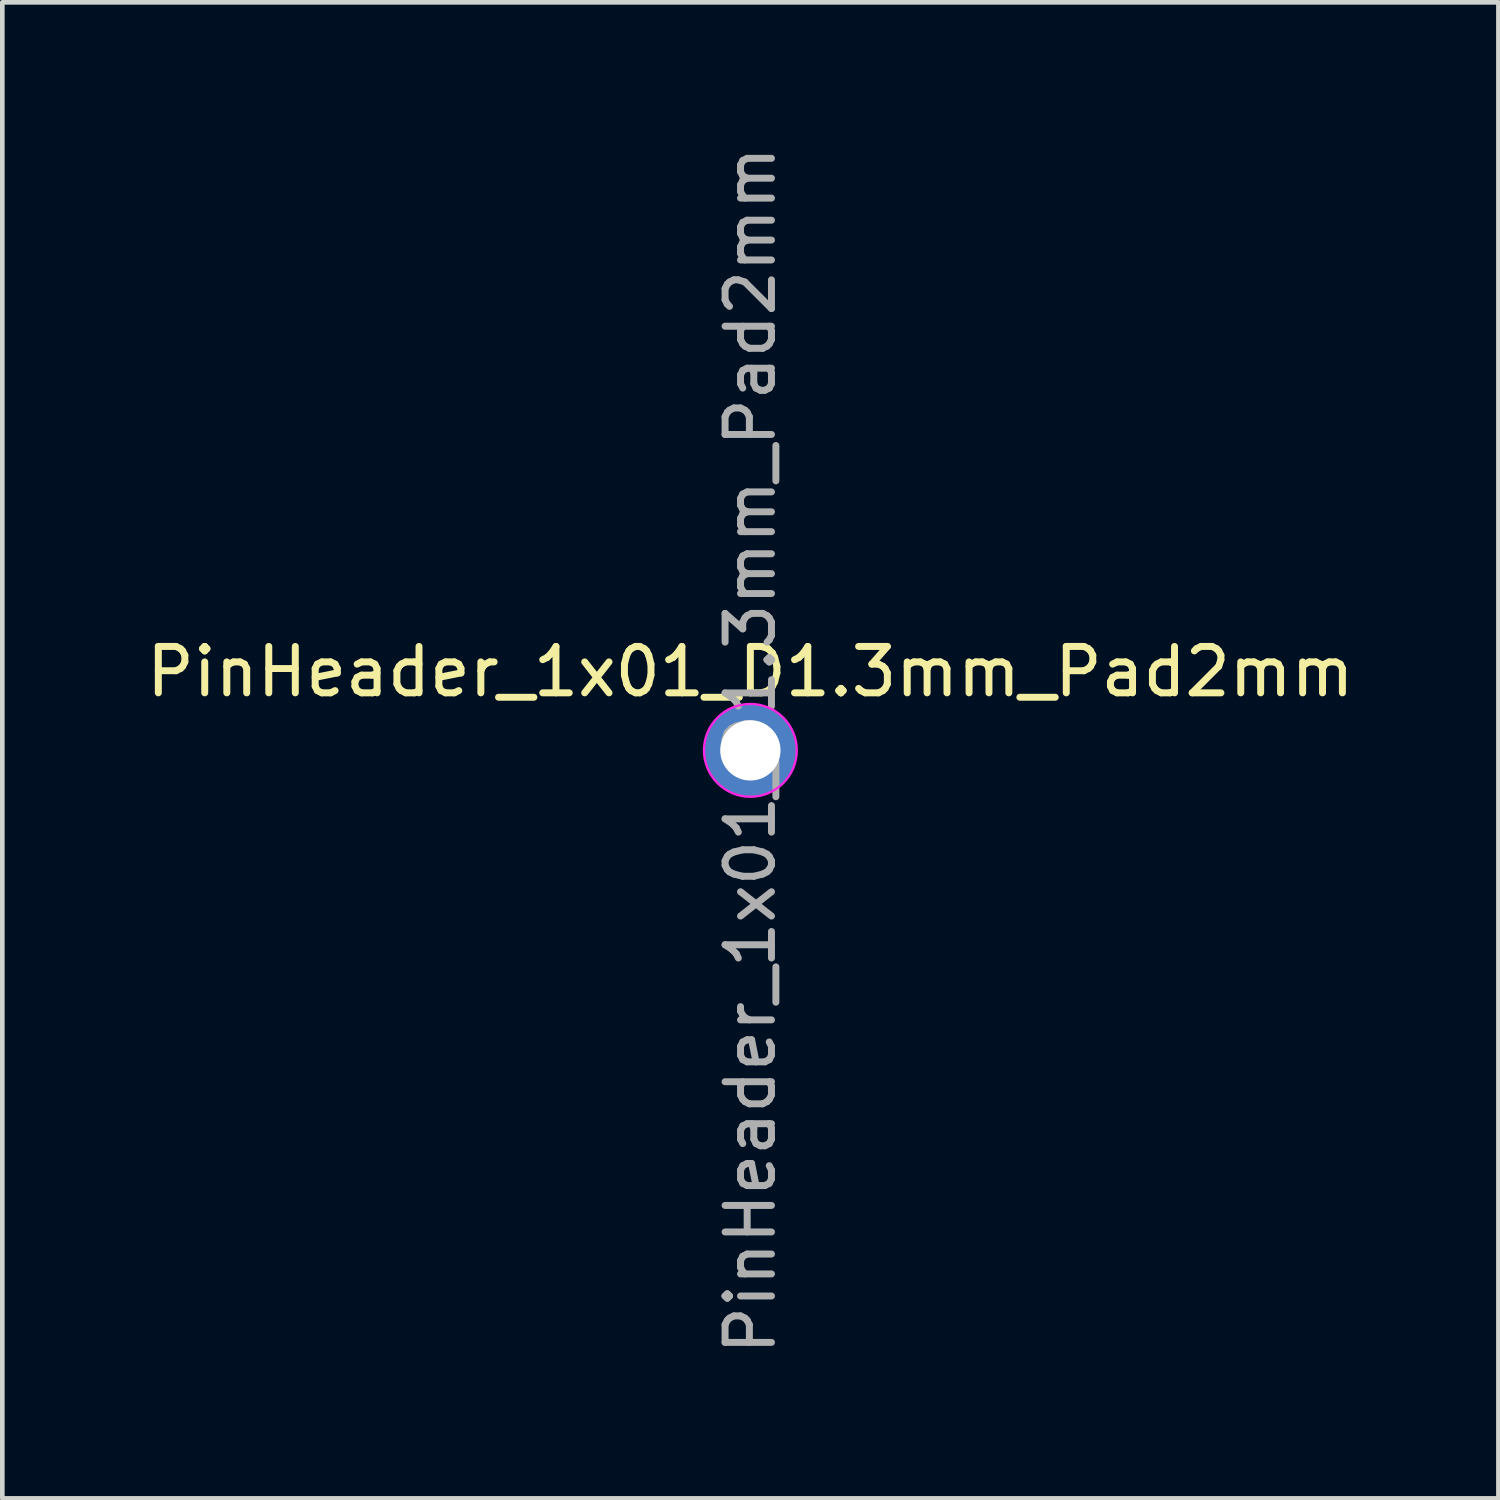
<source format=kicad_pcb>
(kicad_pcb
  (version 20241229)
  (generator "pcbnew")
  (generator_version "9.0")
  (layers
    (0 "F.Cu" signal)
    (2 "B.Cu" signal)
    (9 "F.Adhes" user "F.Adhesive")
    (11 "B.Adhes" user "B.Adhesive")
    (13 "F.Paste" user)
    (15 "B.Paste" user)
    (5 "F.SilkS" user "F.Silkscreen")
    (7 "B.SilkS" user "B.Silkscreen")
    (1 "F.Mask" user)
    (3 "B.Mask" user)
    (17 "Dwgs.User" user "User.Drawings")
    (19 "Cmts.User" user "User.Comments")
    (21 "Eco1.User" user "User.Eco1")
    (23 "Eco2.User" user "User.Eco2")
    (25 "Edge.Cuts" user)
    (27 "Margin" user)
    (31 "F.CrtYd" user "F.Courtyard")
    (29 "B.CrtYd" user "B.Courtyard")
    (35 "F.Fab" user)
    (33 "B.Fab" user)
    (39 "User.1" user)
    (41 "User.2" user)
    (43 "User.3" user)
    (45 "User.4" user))
  (footprint "PinHeader_1x01_D1.3mm_Pad2mm"
    (layer "F.Cu")
    (at 13.125 13.125)
    (property "Reference" "PinHeader_1x01_D1.3mm_Pad2mm" (at 0 -1.695 0) (layer "F.SilkS") (effects (font (size 1 1) (thickness 0.15))))
    (attr through_hole)
    (fp_circle (center 0 0) (end 1 0) (stroke (width 0.05) (type solid)) (fill no) (layer "F.CrtYd"))
    (fp_text user "${REFERENCE}" (at 0 0 90) (layer "F.Fab") (effects (font (size 1 1) (thickness 0.15))))
    (pad "1" thru_hole circle (at 0 0) (size 2 2) (drill 1.3) (layers "*.Cu" "*.Mask")))
  (gr_rect
    (start -3 -3)
    (end 29.25 29.25)
    (stroke (width 0.1) (type default))
    (fill no)
    (layer "Edge.Cuts")))
</source>
